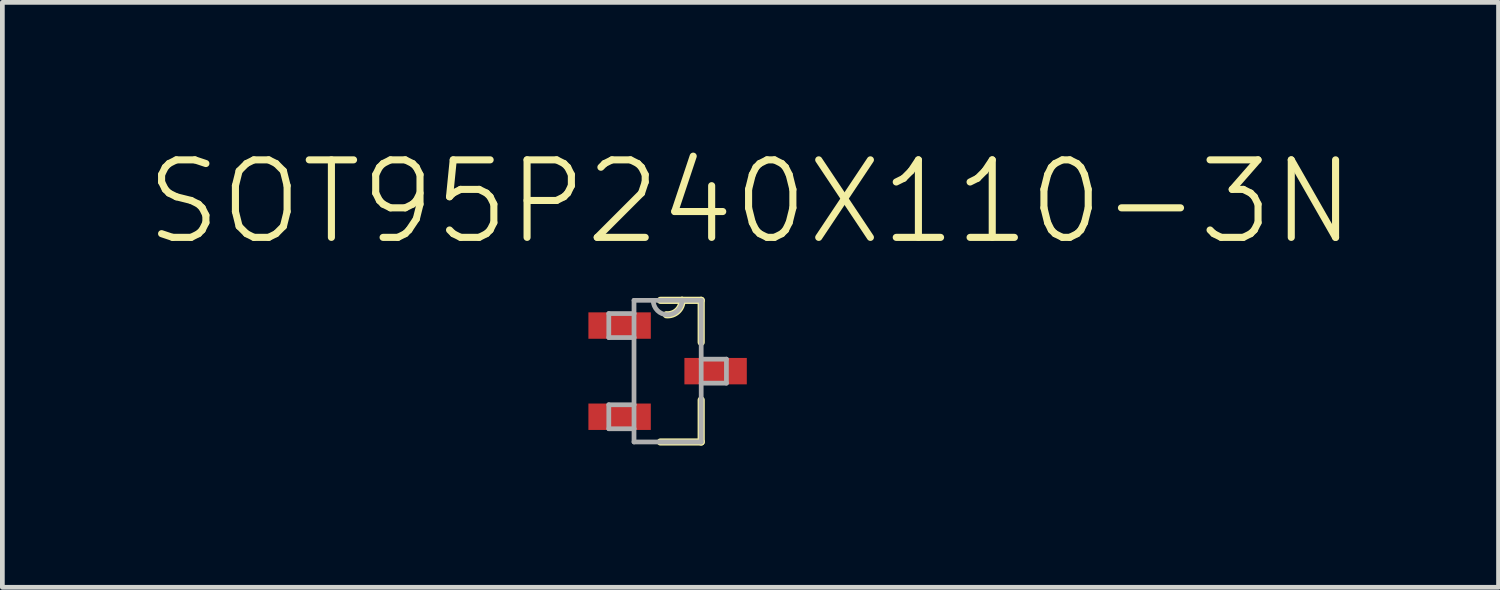
<source format=kicad_pcb>
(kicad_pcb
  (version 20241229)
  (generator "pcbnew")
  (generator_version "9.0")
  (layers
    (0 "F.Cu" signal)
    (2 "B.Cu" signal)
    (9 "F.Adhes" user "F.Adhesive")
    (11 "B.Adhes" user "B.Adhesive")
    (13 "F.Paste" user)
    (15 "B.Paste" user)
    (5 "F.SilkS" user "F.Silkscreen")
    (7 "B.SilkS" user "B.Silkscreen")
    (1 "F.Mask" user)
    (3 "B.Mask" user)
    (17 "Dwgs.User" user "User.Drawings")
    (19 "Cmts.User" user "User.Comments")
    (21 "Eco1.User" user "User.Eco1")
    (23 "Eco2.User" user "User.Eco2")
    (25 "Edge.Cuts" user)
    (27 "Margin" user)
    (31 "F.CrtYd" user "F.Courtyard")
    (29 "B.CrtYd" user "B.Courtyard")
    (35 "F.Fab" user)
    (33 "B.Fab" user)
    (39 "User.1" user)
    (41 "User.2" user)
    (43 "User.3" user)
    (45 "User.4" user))
  (footprint "SOT95P240X110-3N"
    (layer "F.Cu")
    (at 11.081 4.806)
    (property "Reference" "SOT95P240X110-3N" (at 1.753 -3.583 0) (layer "F.SilkS") (effects (font (size 1.641 1.641) (thickness 0.15))))
    (attr smd)
    (fp_line (start -0.152 1.499) (end 0.711 1.499) (stroke (width 0.152) (type solid)) (layer "F.SilkS"))
    (fp_line (start 0.305 -1.499) (end -0.152 -1.499) (stroke (width 0.152) (type solid)) (layer "F.SilkS"))
    (fp_line (start 0.711 -1.499) (end 0.305 -1.499) (stroke (width 0.152) (type solid)) (layer "F.SilkS"))
    (fp_line (start 0.711 -0.61) (end 0.711 -1.499) (stroke (width 0.152) (type solid)) (layer "F.SilkS"))
    (fp_line (start 0.711 1.499) (end 0.711 0.61) (stroke (width 0.152) (type solid)) (layer "F.SilkS"))
    (fp_arc (start 0.3048 -1.4986) (mid 0.206758 -1.273554) (end -0.0254 -1.1938) (stroke (width 0.1524) (type solid)) (layer "F.SilkS"))
    (fp_line (start -1.245 -1.219) (end -1.245 -0.711) (stroke (width 0.1) (type solid)) (layer "F.Fab"))
    (fp_line (start -1.245 -0.711) (end -0.711 -0.711) (stroke (width 0.1) (type solid)) (layer "F.Fab"))
    (fp_line (start -1.245 0.711) (end -1.245 1.219) (stroke (width 0.1) (type solid)) (layer "F.Fab"))
    (fp_line (start -1.245 1.219) (end -0.711 1.219) (stroke (width 0.1) (type solid)) (layer "F.Fab"))
    (fp_line (start -0.711 -1.499) (end -0.711 -1.219) (stroke (width 0.1) (type solid)) (layer "F.Fab"))
    (fp_line (start -0.711 -1.219) (end -1.245 -1.219) (stroke (width 0.1) (type solid)) (layer "F.Fab"))
    (fp_line (start -0.711 -1.219) (end -0.711 -0.711) (stroke (width 0.1) (type solid)) (layer "F.Fab"))
    (fp_line (start -0.711 -0.711) (end -0.711 0.711) (stroke (width 0.1) (type solid)) (layer "F.Fab"))
    (fp_line (start -0.711 0.711) (end -1.245 0.711) (stroke (width 0.1) (type solid)) (layer "F.Fab"))
    (fp_line (start -0.711 1.219) (end -0.711 0.711) (stroke (width 0.1) (type solid)) (layer "F.Fab"))
    (fp_line (start -0.711 1.499) (end -0.711 1.219) (stroke (width 0.1) (type solid)) (layer "F.Fab"))
    (fp_line (start -0.711 1.499) (end 0.711 1.499) (stroke (width 0.1) (type solid)) (layer "F.Fab"))
    (fp_line (start -0.305 -1.499) (end -0.711 -1.499) (stroke (width 0.1) (type solid)) (layer "F.Fab"))
    (fp_line (start 0.305 -1.499) (end -0.305 -1.499) (stroke (width 0.1) (type solid)) (layer "F.Fab"))
    (fp_line (start 0.711 -1.499) (end 0.305 -1.499) (stroke (width 0.1) (type solid)) (layer "F.Fab"))
    (fp_line (start 0.711 -0.254) (end 0.711 -1.499) (stroke (width 0.1) (type solid)) (layer "F.Fab"))
    (fp_line (start 0.711 0.254) (end 0.711 -0.254) (stroke (width 0.1) (type solid)) (layer "F.Fab"))
    (fp_line (start 0.711 0.254) (end 1.245 0.254) (stroke (width 0.1) (type solid)) (layer "F.Fab"))
    (fp_line (start 0.711 1.499) (end 0.711 0.254) (stroke (width 0.1) (type solid)) (layer "F.Fab"))
    (fp_line (start 1.245 -0.254) (end 0.711 -0.254) (stroke (width 0.1) (type solid)) (layer "F.Fab"))
    (fp_line (start 1.245 0.254) (end 1.245 -0.254) (stroke (width 0.1) (type solid)) (layer "F.Fab"))
    (fp_arc (start 0.3048 -1.4986) (mid 0 -1.1938) (end -0.3048 -1.4986) (stroke (width 0.1) (type solid)) (layer "F.Fab"))
    (pad "1" smd rect (at -1.016 -0.965) (size 1.321 0.559) (layers "F.Cu" "F.Mask" "F.Paste"))
    (pad "2" smd rect (at -1.016 0.965) (size 1.321 0.559) (layers "F.Cu" "F.Mask" "F.Paste"))
    (pad "3" smd rect (at 1.016 0) (size 1.321 0.559) (layers "F.Cu" "F.Mask" "F.Paste")))
  (gr_rect
    (start -3 -3)
    (end 28.669 9.381)
    (stroke (width 0.1) (type default))
    (fill no)
    (layer "Edge.Cuts")))
</source>
